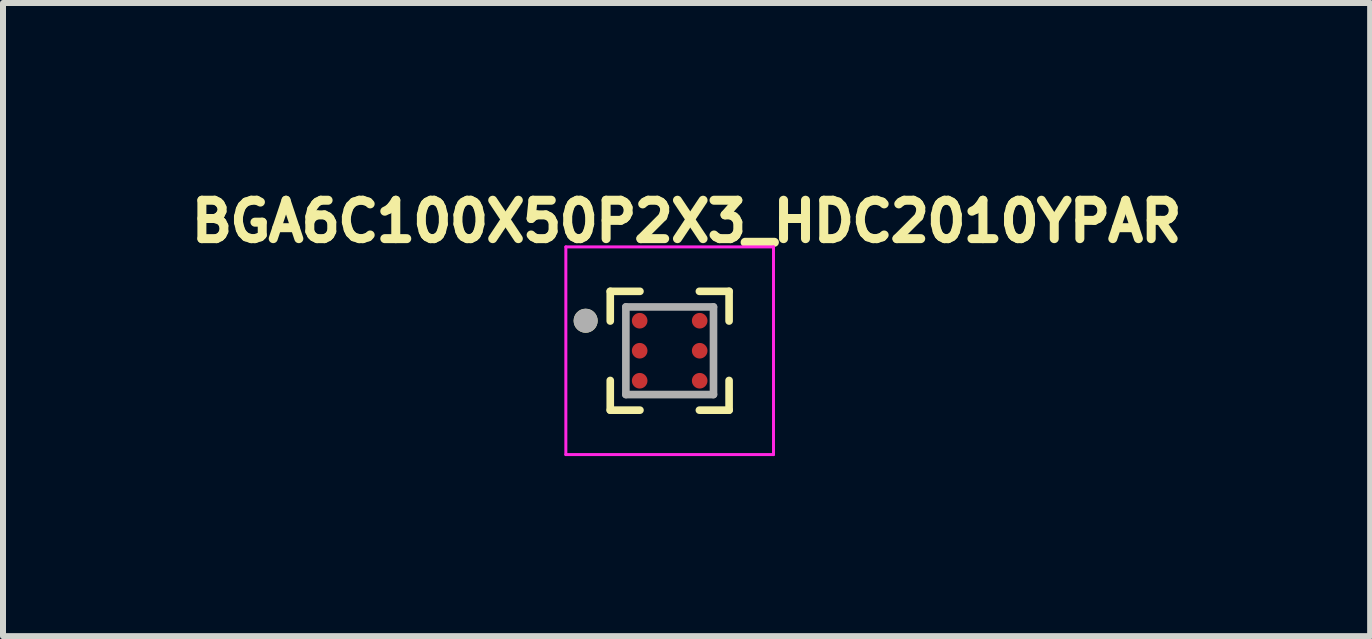
<source format=kicad_pcb>
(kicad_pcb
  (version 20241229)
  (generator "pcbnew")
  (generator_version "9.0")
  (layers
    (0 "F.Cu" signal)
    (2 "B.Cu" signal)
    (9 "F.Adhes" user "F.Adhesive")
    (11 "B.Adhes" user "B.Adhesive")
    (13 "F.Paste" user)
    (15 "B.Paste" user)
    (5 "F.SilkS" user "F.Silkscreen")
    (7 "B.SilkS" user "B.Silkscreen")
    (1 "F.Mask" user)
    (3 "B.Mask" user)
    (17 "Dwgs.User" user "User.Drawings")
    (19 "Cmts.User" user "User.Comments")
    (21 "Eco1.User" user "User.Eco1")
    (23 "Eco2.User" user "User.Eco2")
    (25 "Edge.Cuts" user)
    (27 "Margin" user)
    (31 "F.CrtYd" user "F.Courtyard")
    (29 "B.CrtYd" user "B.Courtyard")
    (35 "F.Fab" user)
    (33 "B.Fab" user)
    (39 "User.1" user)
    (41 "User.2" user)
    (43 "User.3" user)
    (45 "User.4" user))
  (footprint "BGA6C100X50P2X3_HDC2010YPAR"
    (layer "F.Cu")
    (at 8.108 2.794)
    (property "Reference" "BGA6C100X50P2X3_HDC2010YPAR" (at 0.282 -2.156 0) (layer "F.SilkS") (effects (font (size 0.64 0.64) (thickness 0.15))))
    (attr smd)
    (fp_line (start -0.99 -0.99) (end -0.495 -0.99) (stroke (width 0.127) (type solid)) (layer "F.SilkS"))
    (fp_line (start -0.99 -0.495) (end -0.99 -0.99) (stroke (width 0.127) (type solid)) (layer "F.SilkS"))
    (fp_line (start -0.99 0.99) (end -0.99 0.495) (stroke (width 0.127) (type solid)) (layer "F.SilkS"))
    (fp_line (start -0.495 0.99) (end -0.99 0.99) (stroke (width 0.127) (type solid)) (layer "F.SilkS"))
    (fp_line (start 0.495 -0.99) (end 0.99 -0.99) (stroke (width 0.127) (type solid)) (layer "F.SilkS"))
    (fp_line (start 0.99 -0.99) (end 0.99 -0.495) (stroke (width 0.127) (type solid)) (layer "F.SilkS"))
    (fp_line (start 0.99 0.495) (end 0.99 0.99) (stroke (width 0.127) (type solid)) (layer "F.SilkS"))
    (fp_line (start 0.99 0.99) (end 0.495 0.99) (stroke (width 0.127) (type solid)) (layer "F.SilkS"))
    (fp_circle (center -1.4 -0.5) (end -1.3 -0.5) (stroke (width 0.2) (type solid)) (fill no) (layer "F.SilkS"))
    (fp_line (start -1.73 -1.73) (end 1.73 -1.73) (stroke (width 0.05) (type solid)) (layer "F.CrtYd"))
    (fp_line (start -1.73 1.73) (end -1.73 -1.73) (stroke (width 0.05) (type solid)) (layer "F.CrtYd"))
    (fp_line (start 1.73 -1.73) (end 1.73 1.73) (stroke (width 0.05) (type solid)) (layer "F.CrtYd"))
    (fp_line (start 1.73 1.73) (end -1.73 1.73) (stroke (width 0.05) (type solid)) (layer "F.CrtYd"))
    (fp_line (start -0.73 -0.73) (end 0.73 -0.73) (stroke (width 0.127) (type solid)) (layer "F.Fab"))
    (fp_line (start -0.73 0.73) (end -0.73 -0.73) (stroke (width 0.127) (type solid)) (layer "F.Fab"))
    (fp_line (start 0.73 -0.73) (end 0.73 0.73) (stroke (width 0.127) (type solid)) (layer "F.Fab"))
    (fp_line (start 0.73 0.73) (end -0.73 0.73) (stroke (width 0.127) (type solid)) (layer "F.Fab"))
    (fp_circle (center -1.4 -0.5) (end -1.3 -0.5) (stroke (width 0.2) (type solid)) (fill no) (layer "F.Fab"))
    (pad "A1" smd circle (at -0.5 -0.5) (size 0.26 0.26) (layers "F.Cu" "F.Mask" "F.Paste"))
    (pad "A2" smd circle (at 0.5 -0.5) (size 0.26 0.26) (layers "F.Cu" "F.Mask" "F.Paste"))
    (pad "B1" smd circle (at -0.5 0) (size 0.26 0.26) (layers "F.Cu" "F.Mask" "F.Paste"))
    (pad "B2" smd circle (at 0.5 0) (size 0.26 0.26) (layers "F.Cu" "F.Mask" "F.Paste"))
    (pad "C1" smd circle (at -0.5 0.5) (size 0.26 0.26) (layers "F.Cu" "F.Mask" "F.Paste"))
    (pad "C2" smd circle (at 0.5 0.5) (size 0.26 0.26) (layers "F.Cu" "F.Mask" "F.Paste")))
  (gr_rect
    (start -3 -3)
    (end 19.779 7.549)
    (stroke (width 0.1) (type default))
    (fill no)
    (layer "Edge.Cuts")))
</source>
